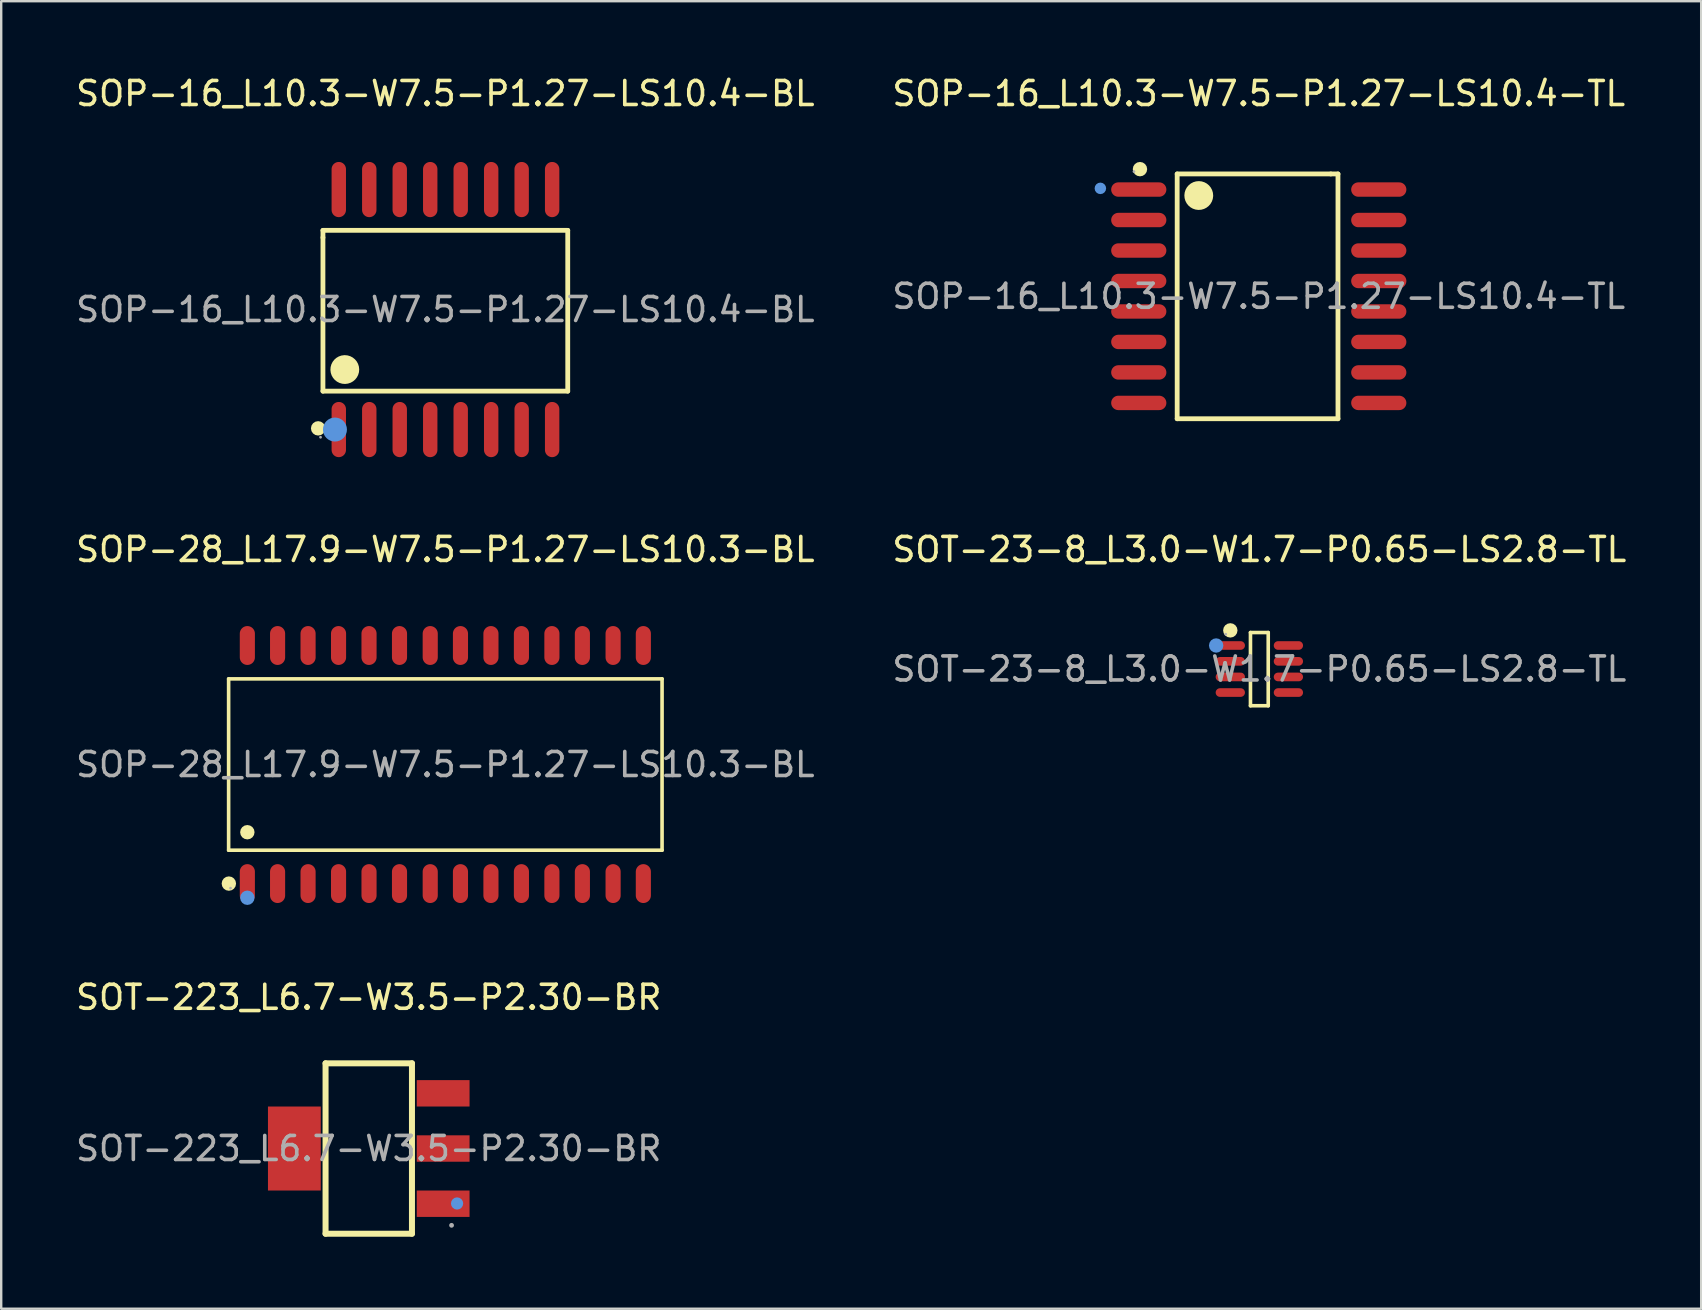
<source format=kicad_pcb>
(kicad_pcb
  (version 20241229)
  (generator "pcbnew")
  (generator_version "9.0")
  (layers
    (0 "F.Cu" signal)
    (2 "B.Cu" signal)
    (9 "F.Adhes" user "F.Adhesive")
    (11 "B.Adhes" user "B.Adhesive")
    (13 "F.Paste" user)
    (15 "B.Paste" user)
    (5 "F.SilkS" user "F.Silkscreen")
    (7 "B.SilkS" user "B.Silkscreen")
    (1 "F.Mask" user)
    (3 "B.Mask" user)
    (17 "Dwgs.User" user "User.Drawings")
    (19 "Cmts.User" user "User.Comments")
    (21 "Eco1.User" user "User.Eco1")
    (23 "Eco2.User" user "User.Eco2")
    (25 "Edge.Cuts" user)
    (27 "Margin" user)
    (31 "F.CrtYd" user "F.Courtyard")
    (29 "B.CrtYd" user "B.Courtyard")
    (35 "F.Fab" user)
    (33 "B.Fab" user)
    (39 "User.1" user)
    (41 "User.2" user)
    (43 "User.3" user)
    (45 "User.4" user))
  (footprint "SOP-16_L10.3-W7.5-P1.27-LS10.4-BL"
    (layer "F.Cu")
    (at 15.506 9.848)
    (property "Reference" "SOP-16_L10.3-W7.5-P1.27-LS10.4-BL" (at 0 -9 0) (layer "F.SilkS") (effects (font (size 1 1) (thickness 0.15))))
    (attr through_hole)
    (fp_line (start -5.1 -3.3) (end -5.1 -3) (stroke (width 0.2) (type solid)) (layer "F.SilkS"))
    (fp_line (start -5.1 -3) (end -5.1 3.4) (stroke (width 0.2) (type solid)) (layer "F.SilkS"))
    (fp_line (start -5.1 3.4) (end 5.1 3.4) (stroke (width 0.2) (type solid)) (layer "F.SilkS"))
    (fp_line (start 5.1 -3.3) (end -5.1 -3.3) (stroke (width 0.2) (type solid)) (layer "F.SilkS"))
    (fp_line (start 5.1 3.4) (end 5.1 -3.3) (stroke (width 0.2) (type solid)) (layer "F.SilkS"))
    (fp_arc (start -5.3 4.95) (mid -5.3 4.95) (end -5.3 4.95) (stroke (width 0.3) (type solid)) (layer "F.SilkS"))
    (fp_arc (start -4.19 2.2) (mid -4.185 2.799958) (end -4.199999 2.200167) (stroke (width 0.6) (type solid)) (layer "F.SilkS"))
    (fp_circle (center -4.6 5) (end -4.35 5) (stroke (width 0.5) (type solid)) (fill no) (layer "Cmts.User"))
    (fp_circle (center -5.2 5.32) (end -5.17 5.32) (stroke (width 0.06) (type solid)) (fill no) (layer "F.Fab"))
    (fp_text user "${REFERENCE}" (at 0 0 0) (layer "F.Fab") (effects (font (size 1 1) (thickness 0.15))))
    (pad "1" smd oval (at -4.44 5 180) (size 0.6 2.3) (layers "F.Cu" "F.Mask" "F.Paste"))
    (pad "2" smd oval (at -3.17 5 180) (size 0.6 2.3) (layers "F.Cu" "F.Mask" "F.Paste"))
    (pad "3" smd oval (at -1.9 5 180) (size 0.6 2.3) (layers "F.Cu" "F.Mask" "F.Paste"))
    (pad "4" smd oval (at -0.63 5 180) (size 0.6 2.3) (layers "F.Cu" "F.Mask" "F.Paste"))
    (pad "5" smd oval (at 0.64 5 180) (size 0.6 2.3) (layers "F.Cu" "F.Mask" "F.Paste"))
    (pad "6" smd oval (at 1.91 5 180) (size 0.6 2.3) (layers "F.Cu" "F.Mask" "F.Paste"))
    (pad "7" smd oval (at 3.18 5 180) (size 0.6 2.3) (layers "F.Cu" "F.Mask" "F.Paste"))
    (pad "8" smd oval (at 4.45 5 180) (size 0.6 2.3) (layers "F.Cu" "F.Mask" "F.Paste"))
    (pad "9" smd oval (at 4.45 -5 180) (size 0.6 2.3) (layers "F.Cu" "F.Mask" "F.Paste"))
    (pad "10" smd oval (at 3.18 -5 180) (size 0.6 2.3) (layers "F.Cu" "F.Mask" "F.Paste"))
    (pad "11" smd oval (at 1.91 -5 180) (size 0.6 2.3) (layers "F.Cu" "F.Mask" "F.Paste"))
    (pad "12" smd oval (at 0.64 -5 180) (size 0.6 2.3) (layers "F.Cu" "F.Mask" "F.Paste"))
    (pad "13" smd oval (at -0.63 -5 180) (size 0.6 2.3) (layers "F.Cu" "F.Mask" "F.Paste"))
    (pad "14" smd oval (at -1.9 -5 180) (size 0.6 2.3) (layers "F.Cu" "F.Mask" "F.Paste"))
    (pad "15" smd oval (at -3.17 -5 180) (size 0.6 2.3) (layers "F.Cu" "F.Mask" "F.Paste"))
    (pad "16" smd oval (at -4.44 -5 180) (size 0.6 2.3) (layers "F.Cu" "F.Mask" "F.Paste")))
  (footprint "SOT-23-8_L3.0-W1.7-P0.65-LS2.8-TL"
    (layer "F.Cu")
    (at 49.423 24.826)
    (property "Reference" "SOT-23-8_L3.0-W1.7-P0.65-LS2.8-TL" (at 0 -4.98 0) (layer "F.SilkS") (effects (font (size 1 1) (thickness 0.15))))
    (attr through_hole)
    (fp_line (start -0.37 -1.52) (end 0.37 -1.52) (stroke (width 0.15) (type solid)) (layer "F.SilkS"))
    (fp_line (start -0.37 1.53) (end -0.37 -1.52) (stroke (width 0.15) (type solid)) (layer "F.SilkS"))
    (fp_line (start 0.37 -1.52) (end 0.37 1.53) (stroke (width 0.15) (type solid)) (layer "F.SilkS"))
    (fp_line (start 0.37 1.53) (end -0.37 1.53) (stroke (width 0.15) (type solid)) (layer "F.SilkS"))
    (fp_circle (center -1.21 -1.61) (end -1.06 -1.61) (stroke (width 0.3) (type solid)) (fill no) (layer "F.SilkS"))
    (fp_circle (center -1.8 -0.98) (end -1.65 -0.98) (stroke (width 0.3) (type solid)) (fill no) (layer "Cmts.User"))
    (fp_circle (center -1.4 -1.45) (end -1.37 -1.45) (stroke (width 0.06) (type solid)) (fill no) (layer "F.Fab"))
    (fp_text user "${REFERENCE}" (at 0 0 0) (layer "F.Fab") (effects (font (size 1 1) (thickness 0.15))))
    (pad "1" smd oval (at -1.21 -0.98 270) (size 0.36 1.22) (layers "F.Cu" "F.Mask" "F.Paste"))
    (pad "2" smd oval (at -1.21 -0.32 270) (size 0.36 1.22) (layers "F.Cu" "F.Mask" "F.Paste"))
    (pad "3" smd oval (at -1.21 0.33 270) (size 0.36 1.22) (layers "F.Cu" "F.Mask" "F.Paste"))
    (pad "4" smd oval (at -1.21 0.98 270) (size 0.36 1.22) (layers "F.Cu" "F.Mask" "F.Paste"))
    (pad "5" smd oval (at 1.21 0.98 270) (size 0.36 1.22) (layers "F.Cu" "F.Mask" "F.Paste"))
    (pad "6" smd oval (at 1.21 0.33 270) (size 0.36 1.22) (layers "F.Cu" "F.Mask" "F.Paste"))
    (pad "7" smd oval (at 1.21 -0.32 270) (size 0.36 1.22) (layers "F.Cu" "F.Mask" "F.Paste"))
    (pad "8" smd oval (at 1.21 -0.98 270) (size 0.36 1.22) (layers "F.Cu" "F.Mask" "F.Paste")))
  (footprint "SOP-28_L17.9-W7.5-P1.27-LS10.3-BL"
    (layer "F.Cu")
    (at 15.506 28.806)
    (property "Reference" "SOP-28_L17.9-W7.5-P1.27-LS10.3-BL" (at 0 -8.96 0) (layer "F.SilkS") (effects (font (size 1 1) (thickness 0.15))))
    (attr through_hole)
    (fp_line (start -9.03 -3.57) (end 9.03 -3.57) (stroke (width 0.15) (type solid)) (layer "F.SilkS"))
    (fp_line (start -9.03 3.57) (end -9.03 -3.57) (stroke (width 0.15) (type solid)) (layer "F.SilkS"))
    (fp_line (start 9.03 -3.57) (end 9.03 3.57) (stroke (width 0.15) (type solid)) (layer "F.SilkS"))
    (fp_line (start 9.03 3.57) (end -9.03 3.57) (stroke (width 0.15) (type solid)) (layer "F.SilkS"))
    (fp_circle (center -9.02 4.96) (end -8.87 4.96) (stroke (width 0.3) (type solid)) (fill no) (layer "F.SilkS"))
    (fp_circle (center -8.25 2.82) (end -8.1 2.82) (stroke (width 0.3) (type solid)) (fill no) (layer "F.SilkS"))
    (fp_circle (center -8.25 5.55) (end -8.1 5.55) (stroke (width 0.3) (type solid)) (fill no) (layer "Cmts.User"))
    (fp_circle (center -8.95 5.15) (end -8.92 5.15) (stroke (width 0.06) (type solid)) (fill no) (layer "F.Fab"))
    (fp_text user "${REFERENCE}" (at 0 0 0) (layer "F.Fab") (effects (font (size 1 1) (thickness 0.15))))
    (pad "1" smd oval (at -8.25 4.96) (size 0.63 1.62) (layers "F.Cu" "F.Mask" "F.Paste"))
    (pad "2" smd oval (at -6.99 4.96) (size 0.63 1.62) (layers "F.Cu" "F.Mask" "F.Paste"))
    (pad "3" smd oval (at -5.72 4.96) (size 0.63 1.62) (layers "F.Cu" "F.Mask" "F.Paste"))
    (pad "4" smd oval (at -4.45 4.96) (size 0.63 1.62) (layers "F.Cu" "F.Mask" "F.Paste"))
    (pad "5" smd oval (at -3.18 4.96) (size 0.63 1.62) (layers "F.Cu" "F.Mask" "F.Paste"))
    (pad "6" smd oval (at -1.91 4.96) (size 0.63 1.62) (layers "F.Cu" "F.Mask" "F.Paste"))
    (pad "7" smd oval (at -0.63 4.96) (size 0.63 1.62) (layers "F.Cu" "F.Mask" "F.Paste"))
    (pad "8" smd oval (at 0.63 4.96) (size 0.63 1.62) (layers "F.Cu" "F.Mask" "F.Paste"))
    (pad "9" smd oval (at 1.9 4.96) (size 0.63 1.62) (layers "F.Cu" "F.Mask" "F.Paste"))
    (pad "10" smd oval (at 3.17 4.96) (size 0.63 1.62) (layers "F.Cu" "F.Mask" "F.Paste"))
    (pad "11" smd oval (at 4.44 4.96) (size 0.63 1.62) (layers "F.Cu" "F.Mask" "F.Paste"))
    (pad "12" smd oval (at 5.71 4.96) (size 0.63 1.62) (layers "F.Cu" "F.Mask" "F.Paste"))
    (pad "13" smd oval (at 6.99 4.96) (size 0.63 1.62) (layers "F.Cu" "F.Mask" "F.Paste"))
    (pad "14" smd oval (at 8.25 4.96) (size 0.63 1.62) (layers "F.Cu" "F.Mask" "F.Paste"))
    (pad "15" smd oval (at 8.25 -4.96) (size 0.63 1.62) (layers "F.Cu" "F.Mask" "F.Paste"))
    (pad "16" smd oval (at 6.99 -4.96) (size 0.63 1.62) (layers "F.Cu" "F.Mask" "F.Paste"))
    (pad "17" smd oval (at 5.71 -4.96) (size 0.63 1.62) (layers "F.Cu" "F.Mask" "F.Paste"))
    (pad "18" smd oval (at 4.44 -4.96) (size 0.63 1.62) (layers "F.Cu" "F.Mask" "F.Paste"))
    (pad "19" smd oval (at 3.17 -4.96) (size 0.63 1.62) (layers "F.Cu" "F.Mask" "F.Paste"))
    (pad "20" smd oval (at 1.9 -4.96) (size 0.63 1.62) (layers "F.Cu" "F.Mask" "F.Paste"))
    (pad "21" smd oval (at 0.63 -4.96) (size 0.63 1.62) (layers "F.Cu" "F.Mask" "F.Paste"))
    (pad "22" smd oval (at -0.63 -4.96) (size 0.63 1.62) (layers "F.Cu" "F.Mask" "F.Paste"))
    (pad "23" smd oval (at -1.91 -4.96) (size 0.63 1.62) (layers "F.Cu" "F.Mask" "F.Paste"))
    (pad "24" smd oval (at -3.18 -4.96) (size 0.63 1.62) (layers "F.Cu" "F.Mask" "F.Paste"))
    (pad "25" smd oval (at -4.45 -4.96) (size 0.63 1.62) (layers "F.Cu" "F.Mask" "F.Paste"))
    (pad "26" smd oval (at -5.72 -4.96) (size 0.63 1.62) (layers "F.Cu" "F.Mask" "F.Paste"))
    (pad "27" smd oval (at -6.99 -4.96) (size 0.63 1.62) (layers "F.Cu" "F.Mask" "F.Paste"))
    (pad "28" smd oval (at -8.25 -4.96) (size 0.63 1.62) (layers "F.Cu" "F.Mask" "F.Paste")))
  (footprint "SOP-16_L10.3-W7.5-P1.27-LS10.4-TL"
    (layer "F.Cu")
    (at 49.399 9.298)
    (property "Reference" "SOP-16_L10.3-W7.5-P1.27-LS10.4-TL" (at 0 -8.45 0) (layer "F.SilkS") (effects (font (size 1 1) (thickness 0.15))))
    (attr through_hole)
    (fp_line (start -3.4 -5.1) (end -3.4 5.1) (stroke (width 0.2) (type solid)) (layer "F.SilkS"))
    (fp_line (start -3.4 5.1) (end 3.3 5.1) (stroke (width 0.2) (type solid)) (layer "F.SilkS"))
    (fp_line (start 3 -5.1) (end -3.4 -5.1) (stroke (width 0.2) (type solid)) (layer "F.SilkS"))
    (fp_line (start 3.3 -5.1) (end 3 -5.1) (stroke (width 0.2) (type solid)) (layer "F.SilkS"))
    (fp_line (start 3.3 5.1) (end 3.3 -5.1) (stroke (width 0.2) (type solid)) (layer "F.SilkS"))
    (fp_arc (start -4.95 -5.3) (mid -4.95 -5.3) (end -4.95 -5.3) (stroke (width 0.3) (type solid)) (layer "F.SilkS"))
    (fp_arc (start -2.2 -4.19) (mid -2.800125 -4.204999) (end -2.199833 -4.200004) (stroke (width 0.6) (type solid)) (layer "F.SilkS"))
    (fp_circle (center -6.6 -4.5) (end -6.48 -4.5) (stroke (width 0.24) (type solid)) (fill no) (layer "Cmts.User"))
    (fp_circle (center -5.2 -5.2) (end -5.17 -5.2) (stroke (width 0.06) (type solid)) (fill no) (layer "F.Fab"))
    (fp_text user "${REFERENCE}" (at 0 0 0) (layer "F.Fab") (effects (font (size 1 1) (thickness 0.15))))
    (pad "1" smd oval (at -5 -4.45 90) (size 0.6 2.3) (layers "F.Cu" "F.Mask" "F.Paste"))
    (pad "2" smd oval (at -5 -3.18 90) (size 0.6 2.3) (layers "F.Cu" "F.Mask" "F.Paste"))
    (pad "3" smd oval (at -5 -1.91 90) (size 0.6 2.3) (layers "F.Cu" "F.Mask" "F.Paste"))
    (pad "4" smd oval (at -5 -0.64 90) (size 0.6 2.3) (layers "F.Cu" "F.Mask" "F.Paste"))
    (pad "5" smd oval (at -5 0.63 90) (size 0.6 2.3) (layers "F.Cu" "F.Mask" "F.Paste"))
    (pad "6" smd oval (at -5 1.9 90) (size 0.6 2.3) (layers "F.Cu" "F.Mask" "F.Paste"))
    (pad "7" smd oval (at -5 3.17 90) (size 0.6 2.3) (layers "F.Cu" "F.Mask" "F.Paste"))
    (pad "8" smd oval (at -5 4.44 90) (size 0.6 2.3) (layers "F.Cu" "F.Mask" "F.Paste"))
    (pad "9" smd oval (at 5 4.44 90) (size 0.6 2.3) (layers "F.Cu" "F.Mask" "F.Paste"))
    (pad "10" smd oval (at 5 3.17 90) (size 0.6 2.3) (layers "F.Cu" "F.Mask" "F.Paste"))
    (pad "11" smd oval (at 5 1.9 90) (size 0.6 2.3) (layers "F.Cu" "F.Mask" "F.Paste"))
    (pad "12" smd oval (at 5 0.63 90) (size 0.6 2.3) (layers "F.Cu" "F.Mask" "F.Paste"))
    (pad "13" smd oval (at 5 -0.64 90) (size 0.6 2.3) (layers "F.Cu" "F.Mask" "F.Paste"))
    (pad "14" smd oval (at 5 -1.91 90) (size 0.6 2.3) (layers "F.Cu" "F.Mask" "F.Paste"))
    (pad "15" smd oval (at 5 -3.18 90) (size 0.6 2.3) (layers "F.Cu" "F.Mask" "F.Paste"))
    (pad "16" smd oval (at 5 -4.45 90) (size 0.6 2.3) (layers "F.Cu" "F.Mask" "F.Paste")))
  (footprint "SOT-223_L6.7-W3.5-P2.30-BR"
    (layer "F.Cu")
    (at 12.315 44.805)
    (property "Reference" "SOT-223_L6.7-W3.5-P2.30-BR" (at 0 -6.3 0) (layer "F.SilkS") (effects (font (size 1 1) (thickness 0.15))))
    (attr through_hole)
    (fp_line (start -1.8 -3.55) (end 1.8 -3.55) (stroke (width 0.25) (type solid)) (layer "F.SilkS"))
    (fp_line (start -1.8 3.55) (end -1.8 -3.55) (stroke (width 0.25) (type solid)) (layer "F.SilkS"))
    (fp_line (start -1.8 3.55) (end 1.8 3.55) (stroke (width 0.25) (type solid)) (layer "F.SilkS"))
    (fp_line (start 1.8 3.55) (end 1.8 -3.55) (stroke (width 0.25) (type solid)) (layer "F.SilkS"))
    (fp_circle (center 3.68 2.29) (end 3.81 2.29) (stroke (width 0.25) (type solid)) (fill no) (layer "Cmts.User"))
    (fp_circle (center 3.45 3.2) (end 3.5 3.2) (stroke (width 0.1) (type solid)) (fill no) (layer "F.Fab"))
    (fp_text user "${REFERENCE}" (at 0 0 0) (layer "F.Fab") (effects (font (size 1 1) (thickness 0.15))))
    (pad "1" smd rect (at 3.1 2.3 90) (size 1.1 2.2) (layers "F.Cu" "F.Mask" "F.Paste"))
    (pad "2" smd rect (at 3.1 0 90) (size 1.1 2.2) (layers "F.Cu" "F.Mask" "F.Paste"))
    (pad "3" smd rect (at 3.1 -2.3 90) (size 1.1 2.2) (layers "F.Cu" "F.Mask" "F.Paste"))
    (pad "4" smd rect (at -3.1 0) (size 2.2 3.5) (layers "F.Cu" "F.Mask" "F.Paste")))
  (gr_rect
    (start -3 -3)
    (end 67.833 51.48)
    (stroke (width 0.1) (type default))
    (fill no)
    (layer "Edge.Cuts")))
</source>
